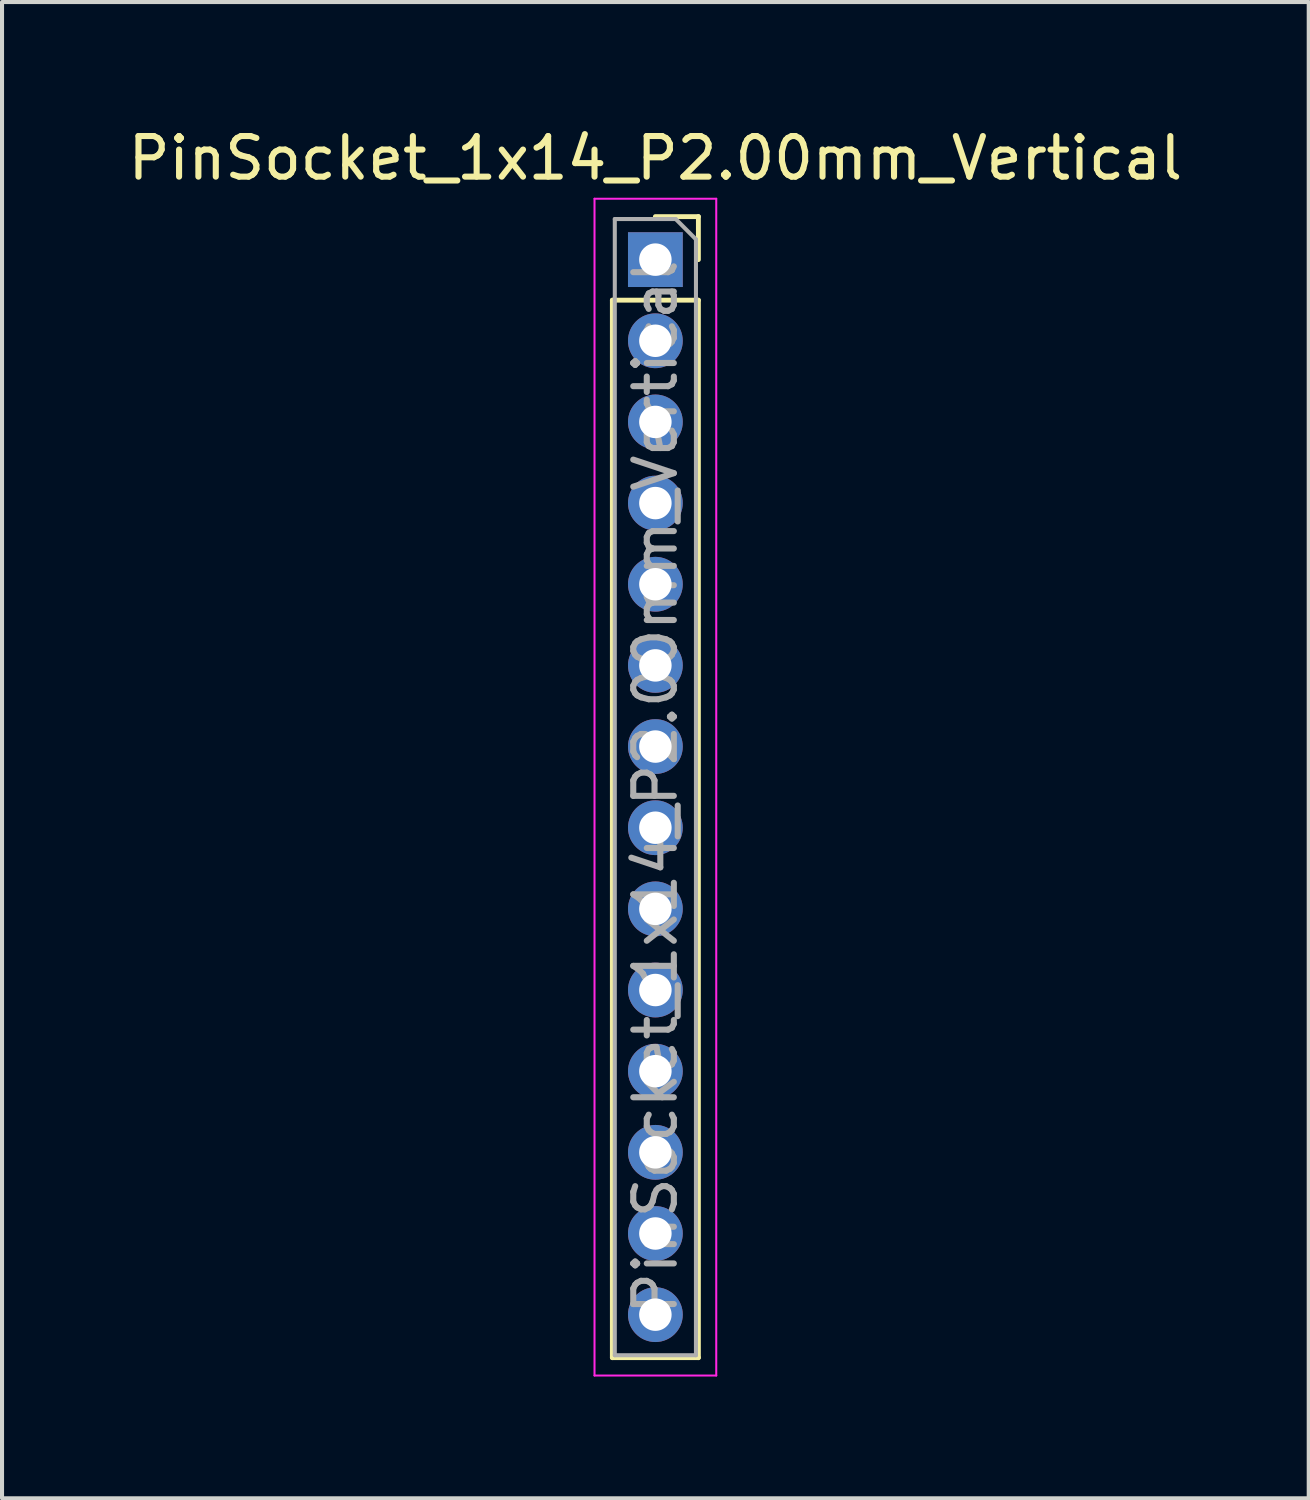
<source format=kicad_pcb>
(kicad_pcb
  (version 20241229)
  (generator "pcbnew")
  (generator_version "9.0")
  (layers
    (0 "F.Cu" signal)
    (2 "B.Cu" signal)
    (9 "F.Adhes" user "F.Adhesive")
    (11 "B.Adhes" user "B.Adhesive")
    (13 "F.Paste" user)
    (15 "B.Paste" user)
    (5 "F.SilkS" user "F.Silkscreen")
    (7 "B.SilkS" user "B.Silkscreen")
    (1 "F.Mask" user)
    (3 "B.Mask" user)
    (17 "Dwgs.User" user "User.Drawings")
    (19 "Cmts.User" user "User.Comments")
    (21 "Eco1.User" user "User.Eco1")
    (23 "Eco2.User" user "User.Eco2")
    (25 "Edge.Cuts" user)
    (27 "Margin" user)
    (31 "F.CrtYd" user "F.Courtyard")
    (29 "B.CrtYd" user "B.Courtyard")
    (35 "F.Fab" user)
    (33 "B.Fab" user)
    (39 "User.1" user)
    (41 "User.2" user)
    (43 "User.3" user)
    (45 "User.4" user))
  (footprint "PinSocket_1x14_P2.00mm_Vertical"
    (layer "F.Cu")
    (at 13.101 3.348)
    (property "Reference" "PinSocket_1x14_P2.00mm_Vertical" (at 0 -2.5 0) (layer "F.SilkS") (effects (font (size 1 1) (thickness 0.15))))
    (attr through_hole)
    (fp_line (start -1.06 1) (end -1.06 27.06) (stroke (width 0.12) (type solid)) (layer "F.SilkS"))
    (fp_line (start -1.06 1) (end 1.06 1) (stroke (width 0.12) (type solid)) (layer "F.SilkS"))
    (fp_line (start -1.06 27.06) (end 1.06 27.06) (stroke (width 0.12) (type solid)) (layer "F.SilkS"))
    (fp_line (start 0 -1.06) (end 1.06 -1.06) (stroke (width 0.12) (type solid)) (layer "F.SilkS"))
    (fp_line (start 1.06 -1.06) (end 1.06 0) (stroke (width 0.12) (type solid)) (layer "F.SilkS"))
    (fp_line (start 1.06 1) (end 1.06 27.06) (stroke (width 0.12) (type solid)) (layer "F.SilkS"))
    (fp_line (start -1.5 -1.5) (end 1.5 -1.5) (stroke (width 0.05) (type solid)) (layer "F.CrtYd"))
    (fp_line (start -1.5 27.5) (end -1.5 -1.5) (stroke (width 0.05) (type solid)) (layer "F.CrtYd"))
    (fp_line (start 1.5 -1.5) (end 1.5 27.5) (stroke (width 0.05) (type solid)) (layer "F.CrtYd"))
    (fp_line (start 1.5 27.5) (end -1.5 27.5) (stroke (width 0.05) (type solid)) (layer "F.CrtYd"))
    (fp_line (start -1 -1) (end 0.5 -1) (stroke (width 0.1) (type solid)) (layer "F.Fab"))
    (fp_line (start -1 27) (end -1 -1) (stroke (width 0.1) (type solid)) (layer "F.Fab"))
    (fp_line (start 0.5 -1) (end 1 -0.5) (stroke (width 0.1) (type solid)) (layer "F.Fab"))
    (fp_line (start 1 -0.5) (end 1 27) (stroke (width 0.1) (type solid)) (layer "F.Fab"))
    (fp_line (start 1 27) (end -1 27) (stroke (width 0.1) (type solid)) (layer "F.Fab"))
    (fp_text user "${REFERENCE}" (at 0 13 90) (layer "F.Fab") (effects (font (size 1 1) (thickness 0.15))))
    (pad "1" thru_hole rect (at 0 0) (size 1.35 1.35) (drill 0.8) (layers "*.Cu" "*.Mask"))
    (pad "2" thru_hole circle (at 0 2) (size 1.35 1.35) (drill 0.8) (layers "*.Cu" "*.Mask"))
    (pad "3" thru_hole circle (at 0 4) (size 1.35 1.35) (drill 0.8) (layers "*.Cu" "*.Mask"))
    (pad "4" thru_hole circle (at 0 6) (size 1.35 1.35) (drill 0.8) (layers "*.Cu" "*.Mask"))
    (pad "5" thru_hole circle (at 0 8) (size 1.35 1.35) (drill 0.8) (layers "*.Cu" "*.Mask"))
    (pad "6" thru_hole circle (at 0 10) (size 1.35 1.35) (drill 0.8) (layers "*.Cu" "*.Mask"))
    (pad "7" thru_hole circle (at 0 12) (size 1.35 1.35) (drill 0.8) (layers "*.Cu" "*.Mask"))
    (pad "8" thru_hole circle (at 0 14) (size 1.35 1.35) (drill 0.8) (layers "*.Cu" "*.Mask"))
    (pad "9" thru_hole circle (at 0 16) (size 1.35 1.35) (drill 0.8) (layers "*.Cu" "*.Mask"))
    (pad "10" thru_hole circle (at 0 18) (size 1.35 1.35) (drill 0.8) (layers "*.Cu" "*.Mask"))
    (pad "11" thru_hole circle (at 0 20) (size 1.35 1.35) (drill 0.8) (layers "*.Cu" "*.Mask"))
    (pad "12" thru_hole circle (at 0 22) (size 1.35 1.35) (drill 0.8) (layers "*.Cu" "*.Mask"))
    (pad "13" thru_hole circle (at 0 24) (size 1.35 1.35) (drill 0.8) (layers "*.Cu" "*.Mask"))
    (pad "14" thru_hole circle (at 0 26) (size 1.35 1.35) (drill 0.8) (layers "*.Cu" "*.Mask")))
  (gr_rect
    (start -3 -3)
    (end 29.202 33.873)
    (stroke (width 0.1) (type default))
    (fill no)
    (layer "Edge.Cuts")))
</source>
